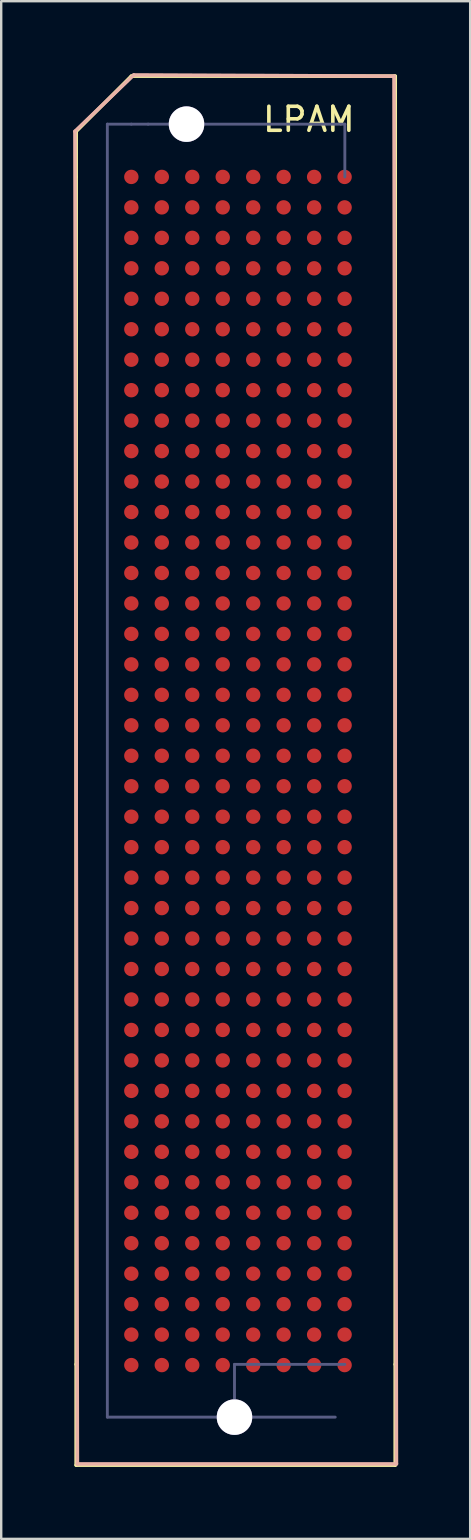
<source format=kicad_pcb>
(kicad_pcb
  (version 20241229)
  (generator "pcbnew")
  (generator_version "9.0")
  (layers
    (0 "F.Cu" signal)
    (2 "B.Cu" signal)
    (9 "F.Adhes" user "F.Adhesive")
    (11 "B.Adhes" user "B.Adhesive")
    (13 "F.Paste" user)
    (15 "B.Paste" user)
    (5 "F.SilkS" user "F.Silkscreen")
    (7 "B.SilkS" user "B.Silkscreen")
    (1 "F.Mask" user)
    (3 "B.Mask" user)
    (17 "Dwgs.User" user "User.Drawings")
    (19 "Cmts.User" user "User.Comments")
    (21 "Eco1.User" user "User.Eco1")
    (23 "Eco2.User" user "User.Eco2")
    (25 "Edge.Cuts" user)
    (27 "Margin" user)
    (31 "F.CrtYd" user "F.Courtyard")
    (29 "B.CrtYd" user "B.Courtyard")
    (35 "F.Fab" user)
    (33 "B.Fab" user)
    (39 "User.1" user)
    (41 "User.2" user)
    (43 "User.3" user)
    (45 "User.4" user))
  (footprint "LPAM"
    (layer "F.Cu")
    (at 2.425 4.325)
    (property "Reference" "LPAM" (at 7.4 -2.4 0) (layer "F.SilkS") (effects (font (size 1 1) (thickness 0.15))))
    (attr through_hole)
    (fp_line (start -2.3 -1.9) (end -2.3 0) (stroke (width 0.15) (type solid)) (layer "F.SilkS"))
    (fp_line (start -2.3 0) (end -2.3 49.5) (stroke (width 0.15) (type solid)) (layer "F.SilkS"))
    (fp_line (start -2.3 49.5) (end -2.3 53.7) (stroke (width 0.15) (type solid)) (layer "F.SilkS"))
    (fp_line (start -2.3 53.7) (end 11 53.7) (stroke (width 0.15) (type solid)) (layer "F.SilkS"))
    (fp_line (start 0 -4.2) (end -2.3 -1.9) (stroke (width 0.15) (type solid)) (layer "F.SilkS"))
    (fp_line (start 0 -4.2) (end 11 -4.2) (stroke (width 0.15) (type solid)) (layer "F.SilkS"))
    (fp_line (start 11 -4.2) (end 11 0) (stroke (width 0.15) (type solid)) (layer "F.SilkS"))
    (fp_line (start 11 0) (end 11 49.5) (stroke (width 0.15) (type solid)) (layer "F.SilkS"))
    (fp_line (start 11 53.7) (end 11 49.5) (stroke (width 0.15) (type solid)) (layer "F.SilkS"))
    (fp_line (start -2.35 -1.9) (end -2.25 53.65) (stroke (width 0.15) (type solid)) (layer "B.SilkS"))
    (fp_line (start -2.25 53.65) (end 11.05 53.65) (stroke (width 0.15) (type solid)) (layer "B.SilkS"))
    (fp_line (start 0.1 -4.25) (end -2.35 -1.9) (stroke (width 0.15) (type solid)) (layer "B.SilkS"))
    (fp_line (start 10.95 -4.2) (end 0.1 -4.25) (stroke (width 0.15) (type solid)) (layer "B.SilkS"))
    (fp_line (start 11.05 53.65) (end 10.95 -4.2) (stroke (width 0.15) (type solid)) (layer "B.SilkS"))
    (fp_line (start -1 -2.2) (end -1 51.7) (stroke (width 0.12) (type solid)) (layer "B.Fab"))
    (fp_line (start -1 51.7) (end 8.5 51.7) (stroke (width 0.12) (type solid)) (layer "B.Fab"))
    (fp_line (start 0 -2.2) (end -1 -2.2) (stroke (width 0.12) (type solid)) (layer "B.Fab"))
    (fp_line (start 0.7 -2.2) (end 0 -2.2) (stroke (width 0.12) (type solid)) (layer "B.Fab"))
    (fp_line (start 2.3 -2.6) (end 2.3 -1.9) (stroke (width 0.12) (type solid)) (layer "B.Fab"))
    (fp_line (start 4.3 49.5) (end 4.3 51.6) (stroke (width 0.12) (type solid)) (layer "B.Fab"))
    (fp_line (start 8.9 -2.2) (end 0.7 -2.2) (stroke (width 0.12) (type solid)) (layer "B.Fab"))
    (fp_line (start 8.9 0) (end 8.9 -2.2) (stroke (width 0.12) (type solid)) (layer "B.Fab"))
    (fp_line (start 8.9 49.5) (end 4.3 49.5) (stroke (width 0.12) (type solid)) (layer "B.Fab"))
    (pad "41" thru_hole circle (at 2.3 -2.2) (size 1.48 1.48) (drill 1.48) (layers "*.Cu" "*.Mask"))
    (pad "41" thru_hole circle (at 4.3 51.7) (size 1.48 1.48) (drill 1.48) (layers "*.Cu" "*.Mask"))
    (pad "A1" smd circle (at 0 0) (size 0.6 0.6) (layers "F.Cu" "F.Mask" "F.Paste"))
    (pad "A2" smd circle (at 0 1.27) (size 0.6 0.6) (layers "F.Cu" "F.Mask" "F.Paste"))
    (pad "A3" smd circle (at 0 2.54) (size 0.6 0.6) (layers "F.Cu" "F.Mask" "F.Paste"))
    (pad "A4" smd circle (at 0 3.81) (size 0.6 0.6) (layers "F.Cu" "F.Mask" "F.Paste"))
    (pad "A5" smd circle (at 0 5.08) (size 0.6 0.6) (layers "F.Cu" "F.Mask" "F.Paste"))
    (pad "A6" smd circle (at 0 6.35) (size 0.6 0.6) (layers "F.Cu" "F.Mask" "F.Paste"))
    (pad "A7" smd circle (at 0 7.62) (size 0.6 0.6) (layers "F.Cu" "F.Mask" "F.Paste"))
    (pad "A8" smd circle (at 0 8.89) (size 0.6 0.6) (layers "F.Cu" "F.Mask" "F.Paste"))
    (pad "A9" smd circle (at 0 10.16) (size 0.6 0.6) (layers "F.Cu" "F.Mask" "F.Paste"))
    (pad "A10" smd circle (at 0 11.43) (size 0.6 0.6) (layers "F.Cu" "F.Mask" "F.Paste"))
    (pad "A11" smd circle (at 0 12.7) (size 0.6 0.6) (layers "F.Cu" "F.Mask" "F.Paste"))
    (pad "A12" smd circle (at 0 13.97) (size 0.6 0.6) (layers "F.Cu" "F.Mask" "F.Paste"))
    (pad "A13" smd circle (at 0 15.24) (size 0.6 0.6) (layers "F.Cu" "F.Mask" "F.Paste"))
    (pad "A14" smd circle (at 0 16.51) (size 0.6 0.6) (layers "F.Cu" "F.Mask" "F.Paste"))
    (pad "A15" smd circle (at 0 17.78) (size 0.6 0.6) (layers "F.Cu" "F.Mask" "F.Paste"))
    (pad "A16" smd circle (at 0 19.05) (size 0.6 0.6) (layers "F.Cu" "F.Mask" "F.Paste"))
    (pad "A17" smd circle (at 0 20.32) (size 0.6 0.6) (layers "F.Cu" "F.Mask" "F.Paste"))
    (pad "A18" smd circle (at 0 21.59) (size 0.6 0.6) (layers "F.Cu" "F.Mask" "F.Paste"))
    (pad "A19" smd circle (at 0 22.86) (size 0.6 0.6) (layers "F.Cu" "F.Mask" "F.Paste"))
    (pad "A20" smd circle (at 0 24.13) (size 0.6 0.6) (layers "F.Cu" "F.Mask" "F.Paste"))
    (pad "A21" smd circle (at 0 25.4) (size 0.6 0.6) (layers "F.Cu" "F.Mask" "F.Paste"))
    (pad "A22" smd circle (at 0 26.67) (size 0.6 0.6) (layers "F.Cu" "F.Mask" "F.Paste"))
    (pad "A23" smd circle (at 0 27.94) (size 0.6 0.6) (layers "F.Cu" "F.Mask" "F.Paste"))
    (pad "A24" smd circle (at 0 29.21) (size 0.6 0.6) (layers "F.Cu" "F.Mask" "F.Paste"))
    (pad "A25" smd circle (at 0 30.48) (size 0.6 0.6) (layers "F.Cu" "F.Mask" "F.Paste"))
    (pad "A26" smd circle (at 0 31.75) (size 0.6 0.6) (layers "F.Cu" "F.Mask" "F.Paste"))
    (pad "A27" smd circle (at 0 33.02) (size 0.6 0.6) (layers "F.Cu" "F.Mask" "F.Paste"))
    (pad "A28" smd circle (at 0 34.29) (size 0.6 0.6) (layers "F.Cu" "F.Mask" "F.Paste"))
    (pad "A29" smd circle (at 0 35.56) (size 0.6 0.6) (layers "F.Cu" "F.Mask" "F.Paste"))
    (pad "A30" smd circle (at 0 36.83) (size 0.6 0.6) (layers "F.Cu" "F.Mask" "F.Paste"))
    (pad "A31" smd circle (at 0 38.1) (size 0.6 0.6) (layers "F.Cu" "F.Mask" "F.Paste"))
    (pad "A32" smd circle (at 0 39.37) (size 0.6 0.6) (layers "F.Cu" "F.Mask" "F.Paste"))
    (pad "A33" smd circle (at 0 40.64) (size 0.6 0.6) (layers "F.Cu" "F.Mask" "F.Paste"))
    (pad "A34" smd circle (at 0 41.91) (size 0.6 0.6) (layers "F.Cu" "F.Mask" "F.Paste"))
    (pad "A35" smd circle (at 0 43.18) (size 0.6 0.6) (layers "F.Cu" "F.Mask" "F.Paste"))
    (pad "A36" smd circle (at 0 44.45) (size 0.6 0.6) (layers "F.Cu" "F.Mask" "F.Paste"))
    (pad "A37" smd circle (at 0 45.72) (size 0.6 0.6) (layers "F.Cu" "F.Mask" "F.Paste"))
    (pad "A38" smd circle (at 0 46.99) (size 0.6 0.6) (layers "F.Cu" "F.Mask" "F.Paste"))
    (pad "A39" smd circle (at 0 48.26) (size 0.6 0.6) (layers "F.Cu" "F.Mask" "F.Paste"))
    (pad "A40" smd circle (at 0 49.53) (size 0.6 0.6) (layers "F.Cu" "F.Mask" "F.Paste"))
    (pad "B1" smd circle (at 1.27 0) (size 0.6 0.6) (layers "F.Cu" "F.Mask" "F.Paste"))
    (pad "B2" smd circle (at 1.27 1.27) (size 0.6 0.6) (layers "F.Cu" "F.Mask" "F.Paste"))
    (pad "B3" smd circle (at 1.27 2.54) (size 0.6 0.6) (layers "F.Cu" "F.Mask" "F.Paste"))
    (pad "B4" smd circle (at 1.27 3.81) (size 0.6 0.6) (layers "F.Cu" "F.Mask" "F.Paste"))
    (pad "B5" smd circle (at 1.27 5.08) (size 0.6 0.6) (layers "F.Cu" "F.Mask" "F.Paste"))
    (pad "B6" smd circle (at 1.27 6.35) (size 0.6 0.6) (layers "F.Cu" "F.Mask" "F.Paste"))
    (pad "B7" smd circle (at 1.27 7.62) (size 0.6 0.6) (layers "F.Cu" "F.Mask" "F.Paste"))
    (pad "B8" smd circle (at 1.27 8.89) (size 0.6 0.6) (layers "F.Cu" "F.Mask" "F.Paste"))
    (pad "B9" smd circle (at 1.27 10.16) (size 0.6 0.6) (layers "F.Cu" "F.Mask" "F.Paste"))
    (pad "B10" smd circle (at 1.27 11.43) (size 0.6 0.6) (layers "F.Cu" "F.Mask" "F.Paste"))
    (pad "B11" smd circle (at 1.27 12.7) (size 0.6 0.6) (layers "F.Cu" "F.Mask" "F.Paste"))
    (pad "B12" smd circle (at 1.27 13.97) (size 0.6 0.6) (layers "F.Cu" "F.Mask" "F.Paste"))
    (pad "B13" smd circle (at 1.27 15.24) (size 0.6 0.6) (layers "F.Cu" "F.Mask" "F.Paste"))
    (pad "B14" smd circle (at 1.27 16.51) (size 0.6 0.6) (layers "F.Cu" "F.Mask" "F.Paste"))
    (pad "B15" smd circle (at 1.27 17.78) (size 0.6 0.6) (layers "F.Cu" "F.Mask" "F.Paste"))
    (pad "B16" smd circle (at 1.27 19.05) (size 0.6 0.6) (layers "F.Cu" "F.Mask" "F.Paste"))
    (pad "B17" smd circle (at 1.27 20.32) (size 0.6 0.6) (layers "F.Cu" "F.Mask" "F.Paste"))
    (pad "B18" smd circle (at 1.27 21.59) (size 0.6 0.6) (layers "F.Cu" "F.Mask" "F.Paste"))
    (pad "B19" smd circle (at 1.27 22.86) (size 0.6 0.6) (layers "F.Cu" "F.Mask" "F.Paste"))
    (pad "B20" smd circle (at 1.27 24.13) (size 0.6 0.6) (layers "F.Cu" "F.Mask" "F.Paste"))
    (pad "B21" smd circle (at 1.27 25.4) (size 0.6 0.6) (layers "F.Cu" "F.Mask" "F.Paste"))
    (pad "B22" smd circle (at 1.27 26.67) (size 0.6 0.6) (layers "F.Cu" "F.Mask" "F.Paste"))
    (pad "B23" smd circle (at 1.27 27.94) (size 0.6 0.6) (layers "F.Cu" "F.Mask" "F.Paste"))
    (pad "B24" smd circle (at 1.27 29.21) (size 0.6 0.6) (layers "F.Cu" "F.Mask" "F.Paste"))
    (pad "B25" smd circle (at 1.27 30.48) (size 0.6 0.6) (layers "F.Cu" "F.Mask" "F.Paste"))
    (pad "B26" smd circle (at 1.27 31.75) (size 0.6 0.6) (layers "F.Cu" "F.Mask" "F.Paste"))
    (pad "B27" smd circle (at 1.27 33.02) (size 0.6 0.6) (layers "F.Cu" "F.Mask" "F.Paste"))
    (pad "B28" smd circle (at 1.27 34.29) (size 0.6 0.6) (layers "F.Cu" "F.Mask" "F.Paste"))
    (pad "B29" smd circle (at 1.27 35.56) (size 0.6 0.6) (layers "F.Cu" "F.Mask" "F.Paste"))
    (pad "B30" smd circle (at 1.27 36.83) (size 0.6 0.6) (layers "F.Cu" "F.Mask" "F.Paste"))
    (pad "B31" smd circle (at 1.27 38.1) (size 0.6 0.6) (layers "F.Cu" "F.Mask" "F.Paste"))
    (pad "B32" smd circle (at 1.27 39.37) (size 0.6 0.6) (layers "F.Cu" "F.Mask" "F.Paste"))
    (pad "B33" smd circle (at 1.27 40.64) (size 0.6 0.6) (layers "F.Cu" "F.Mask" "F.Paste"))
    (pad "B34" smd circle (at 1.27 41.91) (size 0.6 0.6) (layers "F.Cu" "F.Mask" "F.Paste"))
    (pad "B35" smd circle (at 1.27 43.18) (size 0.6 0.6) (layers "F.Cu" "F.Mask" "F.Paste"))
    (pad "B36" smd circle (at 1.27 44.45) (size 0.6 0.6) (layers "F.Cu" "F.Mask" "F.Paste"))
    (pad "B37" smd circle (at 1.27 45.72) (size 0.6 0.6) (layers "F.Cu" "F.Mask" "F.Paste"))
    (pad "B38" smd circle (at 1.27 46.99) (size 0.6 0.6) (layers "F.Cu" "F.Mask" "F.Paste"))
    (pad "B39" smd circle (at 1.27 48.26) (size 0.6 0.6) (layers "F.Cu" "F.Mask" "F.Paste"))
    (pad "B40" smd circle (at 1.27 49.53) (size 0.6 0.6) (layers "F.Cu" "F.Mask" "F.Paste"))
    (pad "C1" smd circle (at 2.54 0) (size 0.6 0.6) (layers "F.Cu" "F.Mask" "F.Paste"))
    (pad "C2" smd circle (at 2.54 1.27) (size 0.6 0.6) (layers "F.Cu" "F.Mask" "F.Paste"))
    (pad "C3" smd circle (at 2.54 2.54) (size 0.6 0.6) (layers "F.Cu" "F.Mask" "F.Paste"))
    (pad "C4" smd circle (at 2.54 3.81) (size 0.6 0.6) (layers "F.Cu" "F.Mask" "F.Paste"))
    (pad "C5" smd circle (at 2.54 5.08) (size 0.6 0.6) (layers "F.Cu" "F.Mask" "F.Paste"))
    (pad "C6" smd circle (at 2.54 6.35) (size 0.6 0.6) (layers "F.Cu" "F.Mask" "F.Paste"))
    (pad "C7" smd circle (at 2.54 7.62) (size 0.6 0.6) (layers "F.Cu" "F.Mask" "F.Paste"))
    (pad "C8" smd circle (at 2.54 8.89) (size 0.6 0.6) (layers "F.Cu" "F.Mask" "F.Paste"))
    (pad "C9" smd circle (at 2.54 10.16) (size 0.6 0.6) (layers "F.Cu" "F.Mask" "F.Paste"))
    (pad "C10" smd circle (at 2.54 11.43) (size 0.6 0.6) (layers "F.Cu" "F.Mask" "F.Paste"))
    (pad "C11" smd circle (at 2.54 12.7) (size 0.6 0.6) (layers "F.Cu" "F.Mask" "F.Paste"))
    (pad "C12" smd circle (at 2.54 13.97) (size 0.6 0.6) (layers "F.Cu" "F.Mask" "F.Paste"))
    (pad "C13" smd circle (at 2.54 15.24) (size 0.6 0.6) (layers "F.Cu" "F.Mask" "F.Paste"))
    (pad "C14" smd circle (at 2.54 16.51) (size 0.6 0.6) (layers "F.Cu" "F.Mask" "F.Paste"))
    (pad "C15" smd circle (at 2.54 17.78) (size 0.6 0.6) (layers "F.Cu" "F.Mask" "F.Paste"))
    (pad "C16" smd circle (at 2.54 19.05) (size 0.6 0.6) (layers "F.Cu" "F.Mask" "F.Paste"))
    (pad "C17" smd circle (at 2.54 20.32) (size 0.6 0.6) (layers "F.Cu" "F.Mask" "F.Paste"))
    (pad "C18" smd circle (at 2.54 21.59) (size 0.6 0.6) (layers "F.Cu" "F.Mask" "F.Paste"))
    (pad "C19" smd circle (at 2.54 22.86) (size 0.6 0.6) (layers "F.Cu" "F.Mask" "F.Paste"))
    (pad "C20" smd circle (at 2.54 24.13) (size 0.6 0.6) (layers "F.Cu" "F.Mask" "F.Paste"))
    (pad "C21" smd circle (at 2.54 25.4) (size 0.6 0.6) (layers "F.Cu" "F.Mask" "F.Paste"))
    (pad "C22" smd circle (at 2.54 26.67) (size 0.6 0.6) (layers "F.Cu" "F.Mask" "F.Paste"))
    (pad "C23" smd circle (at 2.54 27.94) (size 0.6 0.6) (layers "F.Cu" "F.Mask" "F.Paste"))
    (pad "C24" smd circle (at 2.54 29.21) (size 0.6 0.6) (layers "F.Cu" "F.Mask" "F.Paste"))
    (pad "C25" smd circle (at 2.54 30.48) (size 0.6 0.6) (layers "F.Cu" "F.Mask" "F.Paste"))
    (pad "C26" smd circle (at 2.54 31.75) (size 0.6 0.6) (layers "F.Cu" "F.Mask" "F.Paste"))
    (pad "C27" smd circle (at 2.54 33.02) (size 0.6 0.6) (layers "F.Cu" "F.Mask" "F.Paste"))
    (pad "C28" smd circle (at 2.54 34.29) (size 0.6 0.6) (layers "F.Cu" "F.Mask" "F.Paste"))
    (pad "C29" smd circle (at 2.54 35.56) (size 0.6 0.6) (layers "F.Cu" "F.Mask" "F.Paste"))
    (pad "C30" smd circle (at 2.54 36.83) (size 0.6 0.6) (layers "F.Cu" "F.Mask" "F.Paste"))
    (pad "C31" smd circle (at 2.54 38.1) (size 0.6 0.6) (layers "F.Cu" "F.Mask" "F.Paste"))
    (pad "C32" smd circle (at 2.54 39.37) (size 0.6 0.6) (layers "F.Cu" "F.Mask" "F.Paste"))
    (pad "C33" smd circle (at 2.54 40.64) (size 0.6 0.6) (layers "F.Cu" "F.Mask" "F.Paste"))
    (pad "C34" smd circle (at 2.54 41.91) (size 0.6 0.6) (layers "F.Cu" "F.Mask" "F.Paste"))
    (pad "C35" smd circle (at 2.54 43.18) (size 0.6 0.6) (layers "F.Cu" "F.Mask" "F.Paste"))
    (pad "C36" smd circle (at 2.54 44.45) (size 0.6 0.6) (layers "F.Cu" "F.Mask" "F.Paste"))
    (pad "C37" smd circle (at 2.54 45.72) (size 0.6 0.6) (layers "F.Cu" "F.Mask" "F.Paste"))
    (pad "C38" smd circle (at 2.54 46.99) (size 0.6 0.6) (layers "F.Cu" "F.Mask" "F.Paste"))
    (pad "C39" smd circle (at 2.54 48.26) (size 0.6 0.6) (layers "F.Cu" "F.Mask" "F.Paste"))
    (pad "C40" smd circle (at 2.54 49.53) (size 0.6 0.6) (layers "F.Cu" "F.Mask" "F.Paste"))
    (pad "D1" smd circle (at 3.81 0) (size 0.6 0.6) (layers "F.Cu" "F.Mask" "F.Paste"))
    (pad "D2" smd circle (at 3.81 1.27) (size 0.6 0.6) (layers "F.Cu" "F.Mask" "F.Paste"))
    (pad "D3" smd circle (at 3.81 2.54) (size 0.6 0.6) (layers "F.Cu" "F.Mask" "F.Paste"))
    (pad "D4" smd circle (at 3.81 3.81) (size 0.6 0.6) (layers "F.Cu" "F.Mask" "F.Paste"))
    (pad "D5" smd circle (at 3.81 5.08) (size 0.6 0.6) (layers "F.Cu" "F.Mask" "F.Paste"))
    (pad "D6" smd circle (at 3.81 6.35) (size 0.6 0.6) (layers "F.Cu" "F.Mask" "F.Paste"))
    (pad "D7" smd circle (at 3.81 7.62) (size 0.6 0.6) (layers "F.Cu" "F.Mask" "F.Paste"))
    (pad "D8" smd circle (at 3.81 8.89) (size 0.6 0.6) (layers "F.Cu" "F.Mask" "F.Paste"))
    (pad "D9" smd circle (at 3.81 10.16) (size 0.6 0.6) (layers "F.Cu" "F.Mask" "F.Paste"))
    (pad "D10" smd circle (at 3.81 11.43) (size 0.6 0.6) (layers "F.Cu" "F.Mask" "F.Paste"))
    (pad "D11" smd circle (at 3.81 12.7) (size 0.6 0.6) (layers "F.Cu" "F.Mask" "F.Paste"))
    (pad "D12" smd circle (at 3.81 13.97) (size 0.6 0.6) (layers "F.Cu" "F.Mask" "F.Paste"))
    (pad "D13" smd circle (at 3.81 15.24) (size 0.6 0.6) (layers "F.Cu" "F.Mask" "F.Paste"))
    (pad "D14" smd circle (at 3.81 16.51) (size 0.6 0.6) (layers "F.Cu" "F.Mask" "F.Paste"))
    (pad "D15" smd circle (at 3.81 17.78) (size 0.6 0.6) (layers "F.Cu" "F.Mask" "F.Paste"))
    (pad "D16" smd circle (at 3.81 19.05) (size 0.6 0.6) (layers "F.Cu" "F.Mask" "F.Paste"))
    (pad "D17" smd circle (at 3.81 20.32) (size 0.6 0.6) (layers "F.Cu" "F.Mask" "F.Paste"))
    (pad "D18" smd circle (at 3.81 21.59) (size 0.6 0.6) (layers "F.Cu" "F.Mask" "F.Paste"))
    (pad "D19" smd circle (at 3.81 22.86) (size 0.6 0.6) (layers "F.Cu" "F.Mask" "F.Paste"))
    (pad "D20" smd circle (at 3.81 24.13) (size 0.6 0.6) (layers "F.Cu" "F.Mask" "F.Paste"))
    (pad "D21" smd circle (at 3.81 25.4) (size 0.6 0.6) (layers "F.Cu" "F.Mask" "F.Paste"))
    (pad "D22" smd circle (at 3.81 26.67) (size 0.6 0.6) (layers "F.Cu" "F.Mask" "F.Paste"))
    (pad "D23" smd circle (at 3.81 27.94) (size 0.6 0.6) (layers "F.Cu" "F.Mask" "F.Paste"))
    (pad "D24" smd circle (at 3.81 29.21) (size 0.6 0.6) (layers "F.Cu" "F.Mask" "F.Paste"))
    (pad "D25" smd circle (at 3.81 30.48) (size 0.6 0.6) (layers "F.Cu" "F.Mask" "F.Paste"))
    (pad "D26" smd circle (at 3.81 31.75) (size 0.6 0.6) (layers "F.Cu" "F.Mask" "F.Paste"))
    (pad "D27" smd circle (at 3.81 33.02) (size 0.6 0.6) (layers "F.Cu" "F.Mask" "F.Paste"))
    (pad "D28" smd circle (at 3.81 34.29) (size 0.6 0.6) (layers "F.Cu" "F.Mask" "F.Paste"))
    (pad "D29" smd circle (at 3.81 35.56) (size 0.6 0.6) (layers "F.Cu" "F.Mask" "F.Paste"))
    (pad "D30" smd circle (at 3.81 36.83) (size 0.6 0.6) (layers "F.Cu" "F.Mask" "F.Paste"))
    (pad "D31" smd circle (at 3.81 38.1) (size 0.6 0.6) (layers "F.Cu" "F.Mask" "F.Paste"))
    (pad "D32" smd circle (at 3.81 39.37) (size 0.6 0.6) (layers "F.Cu" "F.Mask" "F.Paste"))
    (pad "D33" smd circle (at 3.81 40.64) (size 0.6 0.6) (layers "F.Cu" "F.Mask" "F.Paste"))
    (pad "D34" smd circle (at 3.81 41.91) (size 0.6 0.6) (layers "F.Cu" "F.Mask" "F.Paste"))
    (pad "D35" smd circle (at 3.81 43.18) (size 0.6 0.6) (layers "F.Cu" "F.Mask" "F.Paste"))
    (pad "D36" smd circle (at 3.81 44.45) (size 0.6 0.6) (layers "F.Cu" "F.Mask" "F.Paste"))
    (pad "D37" smd circle (at 3.81 45.72) (size 0.6 0.6) (layers "F.Cu" "F.Mask" "F.Paste"))
    (pad "D38" smd circle (at 3.81 46.99) (size 0.6 0.6) (layers "F.Cu" "F.Mask" "F.Paste"))
    (pad "D39" smd circle (at 3.81 48.26) (size 0.6 0.6) (layers "F.Cu" "F.Mask" "F.Paste"))
    (pad "D40" smd circle (at 3.81 49.53) (size 0.6 0.6) (layers "F.Cu" "F.Mask" "F.Paste"))
    (pad "E1" smd circle (at 5.08 0) (size 0.6 0.6) (layers "F.Cu" "F.Mask" "F.Paste"))
    (pad "E2" smd circle (at 5.08 1.27) (size 0.6 0.6) (layers "F.Cu" "F.Mask" "F.Paste"))
    (pad "E3" smd circle (at 5.08 2.54) (size 0.6 0.6) (layers "F.Cu" "F.Mask" "F.Paste"))
    (pad "E4" smd circle (at 5.08 3.81) (size 0.6 0.6) (layers "F.Cu" "F.Mask" "F.Paste"))
    (pad "E5" smd circle (at 5.08 5.08) (size 0.6 0.6) (layers "F.Cu" "F.Mask" "F.Paste"))
    (pad "E6" smd circle (at 5.08 6.35) (size 0.6 0.6) (layers "F.Cu" "F.Mask" "F.Paste"))
    (pad "E7" smd circle (at 5.08 7.62) (size 0.6 0.6) (layers "F.Cu" "F.Mask" "F.Paste"))
    (pad "E8" smd circle (at 5.08 8.89) (size 0.6 0.6) (layers "F.Cu" "F.Mask" "F.Paste"))
    (pad "E9" smd circle (at 5.08 10.16) (size 0.6 0.6) (layers "F.Cu" "F.Mask" "F.Paste"))
    (pad "E10" smd circle (at 5.08 11.43) (size 0.6 0.6) (layers "F.Cu" "F.Mask" "F.Paste"))
    (pad "E11" smd circle (at 5.08 12.7) (size 0.6 0.6) (layers "F.Cu" "F.Mask" "F.Paste"))
    (pad "E12" smd circle (at 5.08 13.97) (size 0.6 0.6) (layers "F.Cu" "F.Mask" "F.Paste"))
    (pad "E13" smd circle (at 5.08 15.24) (size 0.6 0.6) (layers "F.Cu" "F.Mask" "F.Paste"))
    (pad "E14" smd circle (at 5.08 16.51) (size 0.6 0.6) (layers "F.Cu" "F.Mask" "F.Paste"))
    (pad "E15" smd circle (at 5.08 17.78) (size 0.6 0.6) (layers "F.Cu" "F.Mask" "F.Paste"))
    (pad "E16" smd circle (at 5.08 19.05) (size 0.6 0.6) (layers "F.Cu" "F.Mask" "F.Paste"))
    (pad "E17" smd circle (at 5.08 20.32) (size 0.6 0.6) (layers "F.Cu" "F.Mask" "F.Paste"))
    (pad "E18" smd circle (at 5.08 21.59) (size 0.6 0.6) (layers "F.Cu" "F.Mask" "F.Paste"))
    (pad "E19" smd circle (at 5.08 22.86) (size 0.6 0.6) (layers "F.Cu" "F.Mask" "F.Paste"))
    (pad "E20" smd circle (at 5.08 24.13) (size 0.6 0.6) (layers "F.Cu" "F.Mask" "F.Paste"))
    (pad "E21" smd circle (at 5.08 25.4) (size 0.6 0.6) (layers "F.Cu" "F.Mask" "F.Paste"))
    (pad "E22" smd circle (at 5.08 26.67) (size 0.6 0.6) (layers "F.Cu" "F.Mask" "F.Paste"))
    (pad "E23" smd circle (at 5.08 27.94) (size 0.6 0.6) (layers "F.Cu" "F.Mask" "F.Paste"))
    (pad "E24" smd circle (at 5.08 29.21) (size 0.6 0.6) (layers "F.Cu" "F.Mask" "F.Paste"))
    (pad "E25" smd circle (at 5.08 30.48) (size 0.6 0.6) (layers "F.Cu" "F.Mask" "F.Paste"))
    (pad "E26" smd circle (at 5.08 31.75) (size 0.6 0.6) (layers "F.Cu" "F.Mask" "F.Paste"))
    (pad "E27" smd circle (at 5.08 33.02) (size 0.6 0.6) (layers "F.Cu" "F.Mask" "F.Paste"))
    (pad "E28" smd circle (at 5.08 34.29) (size 0.6 0.6) (layers "F.Cu" "F.Mask" "F.Paste"))
    (pad "E29" smd circle (at 5.08 35.56) (size 0.6 0.6) (layers "F.Cu" "F.Mask" "F.Paste"))
    (pad "E30" smd circle (at 5.08 36.83) (size 0.6 0.6) (layers "F.Cu" "F.Mask" "F.Paste"))
    (pad "E31" smd circle (at 5.08 38.1) (size 0.6 0.6) (layers "F.Cu" "F.Mask" "F.Paste"))
    (pad "E32" smd circle (at 5.08 39.37) (size 0.6 0.6) (layers "F.Cu" "F.Mask" "F.Paste"))
    (pad "E33" smd circle (at 5.08 40.64) (size 0.6 0.6) (layers "F.Cu" "F.Mask" "F.Paste"))
    (pad "E34" smd circle (at 5.08 41.91) (size 0.6 0.6) (layers "F.Cu" "F.Mask" "F.Paste"))
    (pad "E35" smd circle (at 5.08 43.18) (size 0.6 0.6) (layers "F.Cu" "F.Mask" "F.Paste"))
    (pad "E36" smd circle (at 5.08 44.45) (size 0.6 0.6) (layers "F.Cu" "F.Mask" "F.Paste"))
    (pad "E37" smd circle (at 5.08 45.72) (size 0.6 0.6) (layers "F.Cu" "F.Mask" "F.Paste"))
    (pad "E38" smd circle (at 5.08 46.99) (size 0.6 0.6) (layers "F.Cu" "F.Mask" "F.Paste"))
    (pad "E39" smd circle (at 5.08 48.26) (size 0.6 0.6) (layers "F.Cu" "F.Mask" "F.Paste"))
    (pad "E40" smd circle (at 5.08 49.53) (size 0.6 0.6) (layers "F.Cu" "F.Mask" "F.Paste"))
    (pad "F1" smd circle (at 6.35 0) (size 0.6 0.6) (layers "F.Cu" "F.Mask" "F.Paste"))
    (pad "F2" smd circle (at 6.35 1.27) (size 0.6 0.6) (layers "F.Cu" "F.Mask" "F.Paste"))
    (pad "F3" smd circle (at 6.35 2.54) (size 0.6 0.6) (layers "F.Cu" "F.Mask" "F.Paste"))
    (pad "F4" smd circle (at 6.35 3.81) (size 0.6 0.6) (layers "F.Cu" "F.Mask" "F.Paste"))
    (pad "F5" smd circle (at 6.35 5.08) (size 0.6 0.6) (layers "F.Cu" "F.Mask" "F.Paste"))
    (pad "F6" smd circle (at 6.35 6.35) (size 0.6 0.6) (layers "F.Cu" "F.Mask" "F.Paste"))
    (pad "F7" smd circle (at 6.35 7.62) (size 0.6 0.6) (layers "F.Cu" "F.Mask" "F.Paste"))
    (pad "F8" smd circle (at 6.35 8.89) (size 0.6 0.6) (layers "F.Cu" "F.Mask" "F.Paste"))
    (pad "F9" smd circle (at 6.35 10.16) (size 0.6 0.6) (layers "F.Cu" "F.Mask" "F.Paste"))
    (pad "F10" smd circle (at 6.35 11.43) (size 0.6 0.6) (layers "F.Cu" "F.Mask" "F.Paste"))
    (pad "F11" smd circle (at 6.35 12.7) (size 0.6 0.6) (layers "F.Cu" "F.Mask" "F.Paste"))
    (pad "F12" smd circle (at 6.35 13.97) (size 0.6 0.6) (layers "F.Cu" "F.Mask" "F.Paste"))
    (pad "F13" smd circle (at 6.35 15.24) (size 0.6 0.6) (layers "F.Cu" "F.Mask" "F.Paste"))
    (pad "F14" smd circle (at 6.35 16.51) (size 0.6 0.6) (layers "F.Cu" "F.Mask" "F.Paste"))
    (pad "F15" smd circle (at 6.35 17.78) (size 0.6 0.6) (layers "F.Cu" "F.Mask" "F.Paste"))
    (pad "F16" smd circle (at 6.35 19.05) (size 0.6 0.6) (layers "F.Cu" "F.Mask" "F.Paste"))
    (pad "F17" smd circle (at 6.35 20.32) (size 0.6 0.6) (layers "F.Cu" "F.Mask" "F.Paste"))
    (pad "F18" smd circle (at 6.35 21.59) (size 0.6 0.6) (layers "F.Cu" "F.Mask" "F.Paste"))
    (pad "F19" smd circle (at 6.35 22.86) (size 0.6 0.6) (layers "F.Cu" "F.Mask" "F.Paste"))
    (pad "F20" smd circle (at 6.35 24.13) (size 0.6 0.6) (layers "F.Cu" "F.Mask" "F.Paste"))
    (pad "F21" smd circle (at 6.35 25.4) (size 0.6 0.6) (layers "F.Cu" "F.Mask" "F.Paste"))
    (pad "F22" smd circle (at 6.35 26.67) (size 0.6 0.6) (layers "F.Cu" "F.Mask" "F.Paste"))
    (pad "F23" smd circle (at 6.35 27.94) (size 0.6 0.6) (layers "F.Cu" "F.Mask" "F.Paste"))
    (pad "F24" smd circle (at 6.35 29.21) (size 0.6 0.6) (layers "F.Cu" "F.Mask" "F.Paste"))
    (pad "F25" smd circle (at 6.35 30.48) (size 0.6 0.6) (layers "F.Cu" "F.Mask" "F.Paste"))
    (pad "F26" smd circle (at 6.35 31.75) (size 0.6 0.6) (layers "F.Cu" "F.Mask" "F.Paste"))
    (pad "F27" smd circle (at 6.35 33.02) (size 0.6 0.6) (layers "F.Cu" "F.Mask" "F.Paste"))
    (pad "F28" smd circle (at 6.35 34.29) (size 0.6 0.6) (layers "F.Cu" "F.Mask" "F.Paste"))
    (pad "F29" smd circle (at 6.35 35.56) (size 0.6 0.6) (layers "F.Cu" "F.Mask" "F.Paste"))
    (pad "F30" smd circle (at 6.35 36.83) (size 0.6 0.6) (layers "F.Cu" "F.Mask" "F.Paste"))
    (pad "F31" smd circle (at 6.35 38.1) (size 0.6 0.6) (layers "F.Cu" "F.Mask" "F.Paste"))
    (pad "F32" smd circle (at 6.35 39.37) (size 0.6 0.6) (layers "F.Cu" "F.Mask" "F.Paste"))
    (pad "F33" smd circle (at 6.35 40.64) (size 0.6 0.6) (layers "F.Cu" "F.Mask" "F.Paste"))
    (pad "F34" smd circle (at 6.35 41.91) (size 0.6 0.6) (layers "F.Cu" "F.Mask" "F.Paste"))
    (pad "F35" smd circle (at 6.35 43.18) (size 0.6 0.6) (layers "F.Cu" "F.Mask" "F.Paste"))
    (pad "F36" smd circle (at 6.35 44.45) (size 0.6 0.6) (layers "F.Cu" "F.Mask" "F.Paste"))
    (pad "F37" smd circle (at 6.35 45.72) (size 0.6 0.6) (layers "F.Cu" "F.Mask" "F.Paste"))
    (pad "F38" smd circle (at 6.35 46.99) (size 0.6 0.6) (layers "F.Cu" "F.Mask" "F.Paste"))
    (pad "F39" smd circle (at 6.35 48.26) (size 0.6 0.6) (layers "F.Cu" "F.Mask" "F.Paste"))
    (pad "F40" smd circle (at 6.35 49.53) (size 0.6 0.6) (layers "F.Cu" "F.Mask" "F.Paste"))
    (pad "G1" smd circle (at 7.62 0) (size 0.6 0.6) (layers "F.Cu" "F.Mask" "F.Paste"))
    (pad "G2" smd circle (at 7.62 1.27) (size 0.6 0.6) (layers "F.Cu" "F.Mask" "F.Paste"))
    (pad "G3" smd circle (at 7.62 2.54) (size 0.6 0.6) (layers "F.Cu" "F.Mask" "F.Paste"))
    (pad "G4" smd circle (at 7.62 3.81) (size 0.6 0.6) (layers "F.Cu" "F.Mask" "F.Paste"))
    (pad "G5" smd circle (at 7.62 5.08) (size 0.6 0.6) (layers "F.Cu" "F.Mask" "F.Paste"))
    (pad "G6" smd circle (at 7.62 6.35) (size 0.6 0.6) (layers "F.Cu" "F.Mask" "F.Paste"))
    (pad "G7" smd circle (at 7.62 7.62) (size 0.6 0.6) (layers "F.Cu" "F.Mask" "F.Paste"))
    (pad "G8" smd circle (at 7.62 8.89) (size 0.6 0.6) (layers "F.Cu" "F.Mask" "F.Paste"))
    (pad "G9" smd circle (at 7.62 10.16) (size 0.6 0.6) (layers "F.Cu" "F.Mask" "F.Paste"))
    (pad "G10" smd circle (at 7.62 11.43) (size 0.6 0.6) (layers "F.Cu" "F.Mask" "F.Paste"))
    (pad "G11" smd circle (at 7.62 12.7) (size 0.6 0.6) (layers "F.Cu" "F.Mask" "F.Paste"))
    (pad "G12" smd circle (at 7.62 13.97) (size 0.6 0.6) (layers "F.Cu" "F.Mask" "F.Paste"))
    (pad "G13" smd circle (at 7.62 15.24) (size 0.6 0.6) (layers "F.Cu" "F.Mask" "F.Paste"))
    (pad "G14" smd circle (at 7.62 16.51) (size 0.6 0.6) (layers "F.Cu" "F.Mask" "F.Paste"))
    (pad "G15" smd circle (at 7.62 17.78) (size 0.6 0.6) (layers "F.Cu" "F.Mask" "F.Paste"))
    (pad "G16" smd circle (at 7.62 19.05) (size 0.6 0.6) (layers "F.Cu" "F.Mask" "F.Paste"))
    (pad "G17" smd circle (at 7.62 20.32) (size 0.6 0.6) (layers "F.Cu" "F.Mask" "F.Paste"))
    (pad "G18" smd circle (at 7.62 21.59) (size 0.6 0.6) (layers "F.Cu" "F.Mask" "F.Paste"))
    (pad "G19" smd circle (at 7.62 22.86) (size 0.6 0.6) (layers "F.Cu" "F.Mask" "F.Paste"))
    (pad "G20" smd circle (at 7.62 24.13) (size 0.6 0.6) (layers "F.Cu" "F.Mask" "F.Paste"))
    (pad "G21" smd circle (at 7.62 25.4) (size 0.6 0.6) (layers "F.Cu" "F.Mask" "F.Paste"))
    (pad "G22" smd circle (at 7.62 26.67) (size 0.6 0.6) (layers "F.Cu" "F.Mask" "F.Paste"))
    (pad "G23" smd circle (at 7.62 27.94) (size 0.6 0.6) (layers "F.Cu" "F.Mask" "F.Paste"))
    (pad "G24" smd circle (at 7.62 29.21) (size 0.6 0.6) (layers "F.Cu" "F.Mask" "F.Paste"))
    (pad "G25" smd circle (at 7.62 30.48) (size 0.6 0.6) (layers "F.Cu" "F.Mask" "F.Paste"))
    (pad "G26" smd circle (at 7.62 31.75) (size 0.6 0.6) (layers "F.Cu" "F.Mask" "F.Paste"))
    (pad "G27" smd circle (at 7.62 33.02) (size 0.6 0.6) (layers "F.Cu" "F.Mask" "F.Paste"))
    (pad "G28" smd circle (at 7.62 34.29) (size 0.6 0.6) (layers "F.Cu" "F.Mask" "F.Paste"))
    (pad "G29" smd circle (at 7.62 35.56) (size 0.6 0.6) (layers "F.Cu" "F.Mask" "F.Paste"))
    (pad "G30" smd circle (at 7.62 36.83) (size 0.6 0.6) (layers "F.Cu" "F.Mask" "F.Paste"))
    (pad "G31" smd circle (at 7.62 38.1) (size 0.6 0.6) (layers "F.Cu" "F.Mask" "F.Paste"))
    (pad "G32" smd circle (at 7.62 39.37) (size 0.6 0.6) (layers "F.Cu" "F.Mask" "F.Paste"))
    (pad "G33" smd circle (at 7.62 40.64) (size 0.6 0.6) (layers "F.Cu" "F.Mask" "F.Paste"))
    (pad "G34" smd circle (at 7.62 41.91) (size 0.6 0.6) (layers "F.Cu" "F.Mask" "F.Paste"))
    (pad "G35" smd circle (at 7.62 43.18) (size 0.6 0.6) (layers "F.Cu" "F.Mask" "F.Paste"))
    (pad "G36" smd circle (at 7.62 44.45) (size 0.6 0.6) (layers "F.Cu" "F.Mask" "F.Paste"))
    (pad "G37" smd circle (at 7.62 45.72) (size 0.6 0.6) (layers "F.Cu" "F.Mask" "F.Paste"))
    (pad "G38" smd circle (at 7.62 46.99) (size 0.6 0.6) (layers "F.Cu" "F.Mask" "F.Paste"))
    (pad "G39" smd circle (at 7.62 48.26) (size 0.6 0.6) (layers "F.Cu" "F.Mask" "F.Paste"))
    (pad "G40" smd circle (at 7.62 49.53) (size 0.6 0.6) (layers "F.Cu" "F.Mask" "F.Paste"))
    (pad "H1" smd circle (at 8.89 0) (size 0.6 0.6) (layers "F.Cu" "F.Mask" "F.Paste"))
    (pad "H2" smd circle (at 8.89 1.27) (size 0.6 0.6) (layers "F.Cu" "F.Mask" "F.Paste"))
    (pad "H3" smd circle (at 8.89 2.54) (size 0.6 0.6) (layers "F.Cu" "F.Mask" "F.Paste"))
    (pad "H4" smd circle (at 8.89 3.81) (size 0.6 0.6) (layers "F.Cu" "F.Mask" "F.Paste"))
    (pad "H5" smd circle (at 8.89 5.08) (size 0.6 0.6) (layers "F.Cu" "F.Mask" "F.Paste"))
    (pad "H6" smd circle (at 8.89 6.35) (size 0.6 0.6) (layers "F.Cu" "F.Mask" "F.Paste"))
    (pad "H7" smd circle (at 8.89 7.62) (size 0.6 0.6) (layers "F.Cu" "F.Mask" "F.Paste"))
    (pad "H8" smd circle (at 8.89 8.89) (size 0.6 0.6) (layers "F.Cu" "F.Mask" "F.Paste"))
    (pad "H9" smd circle (at 8.89 10.16) (size 0.6 0.6) (layers "F.Cu" "F.Mask" "F.Paste"))
    (pad "H10" smd circle (at 8.89 11.43) (size 0.6 0.6) (layers "F.Cu" "F.Mask" "F.Paste"))
    (pad "H11" smd circle (at 8.89 12.7) (size 0.6 0.6) (layers "F.Cu" "F.Mask" "F.Paste"))
    (pad "H12" smd circle (at 8.89 13.97) (size 0.6 0.6) (layers "F.Cu" "F.Mask" "F.Paste"))
    (pad "H13" smd circle (at 8.89 15.24) (size 0.6 0.6) (layers "F.Cu" "F.Mask" "F.Paste"))
    (pad "H14" smd circle (at 8.89 16.51) (size 0.6 0.6) (layers "F.Cu" "F.Mask" "F.Paste"))
    (pad "H15" smd circle (at 8.89 17.78) (size 0.6 0.6) (layers "F.Cu" "F.Mask" "F.Paste"))
    (pad "H16" smd circle (at 8.89 19.05) (size 0.6 0.6) (layers "F.Cu" "F.Mask" "F.Paste"))
    (pad "H17" smd circle (at 8.89 20.32) (size 0.6 0.6) (layers "F.Cu" "F.Mask" "F.Paste"))
    (pad "H18" smd circle (at 8.89 21.59) (size 0.6 0.6) (layers "F.Cu" "F.Mask" "F.Paste"))
    (pad "H19" smd circle (at 8.89 22.86) (size 0.6 0.6) (layers "F.Cu" "F.Mask" "F.Paste"))
    (pad "H20" smd circle (at 8.89 24.13) (size 0.6 0.6) (layers "F.Cu" "F.Mask" "F.Paste"))
    (pad "H21" smd circle (at 8.89 25.4) (size 0.6 0.6) (layers "F.Cu" "F.Mask" "F.Paste"))
    (pad "H22" smd circle (at 8.89 26.67) (size 0.6 0.6) (layers "F.Cu" "F.Mask" "F.Paste"))
    (pad "H23" smd circle (at 8.89 27.94) (size 0.6 0.6) (layers "F.Cu" "F.Mask" "F.Paste"))
    (pad "H24" smd circle (at 8.89 29.21) (size 0.6 0.6) (layers "F.Cu" "F.Mask" "F.Paste"))
    (pad "H25" smd circle (at 8.89 30.48) (size 0.6 0.6) (layers "F.Cu" "F.Mask" "F.Paste"))
    (pad "H26" smd circle (at 8.89 31.75) (size 0.6 0.6) (layers "F.Cu" "F.Mask" "F.Paste"))
    (pad "H27" smd circle (at 8.89 33.02) (size 0.6 0.6) (layers "F.Cu" "F.Mask" "F.Paste"))
    (pad "H28" smd circle (at 8.89 34.29) (size 0.6 0.6) (layers "F.Cu" "F.Mask" "F.Paste"))
    (pad "H29" smd circle (at 8.89 35.56) (size 0.6 0.6) (layers "F.Cu" "F.Mask" "F.Paste"))
    (pad "H30" smd circle (at 8.89 36.83) (size 0.6 0.6) (layers "F.Cu" "F.Mask" "F.Paste"))
    (pad "H31" smd circle (at 8.89 38.1) (size 0.6 0.6) (layers "F.Cu" "F.Mask" "F.Paste"))
    (pad "H32" smd circle (at 8.89 39.37) (size 0.6 0.6) (layers "F.Cu" "F.Mask" "F.Paste"))
    (pad "H33" smd circle (at 8.89 40.64) (size 0.6 0.6) (layers "F.Cu" "F.Mask" "F.Paste"))
    (pad "H34" smd circle (at 8.89 41.91) (size 0.6 0.6) (layers "F.Cu" "F.Mask" "F.Paste"))
    (pad "H35" smd circle (at 8.89 43.18) (size 0.6 0.6) (layers "F.Cu" "F.Mask" "F.Paste"))
    (pad "H36" smd circle (at 8.89 44.45) (size 0.6 0.6) (layers "F.Cu" "F.Mask" "F.Paste"))
    (pad "H37" smd circle (at 8.89 45.72) (size 0.6 0.6) (layers "F.Cu" "F.Mask" "F.Paste"))
    (pad "H38" smd circle (at 8.89 46.99) (size 0.6 0.6) (layers "F.Cu" "F.Mask" "F.Paste"))
    (pad "H39" smd circle (at 8.89 48.26) (size 0.6 0.6) (layers "F.Cu" "F.Mask" "F.Paste"))
    (pad "H40" smd circle (at 8.89 49.53) (size 0.6 0.6) (layers "F.Cu" "F.Mask" "F.Paste")))
  (gr_rect
    (start -3 -3)
    (end 16.55 61.1)
    (stroke (width 0.1) (type default))
    (fill no)
    (layer "Edge.Cuts")))
</source>
